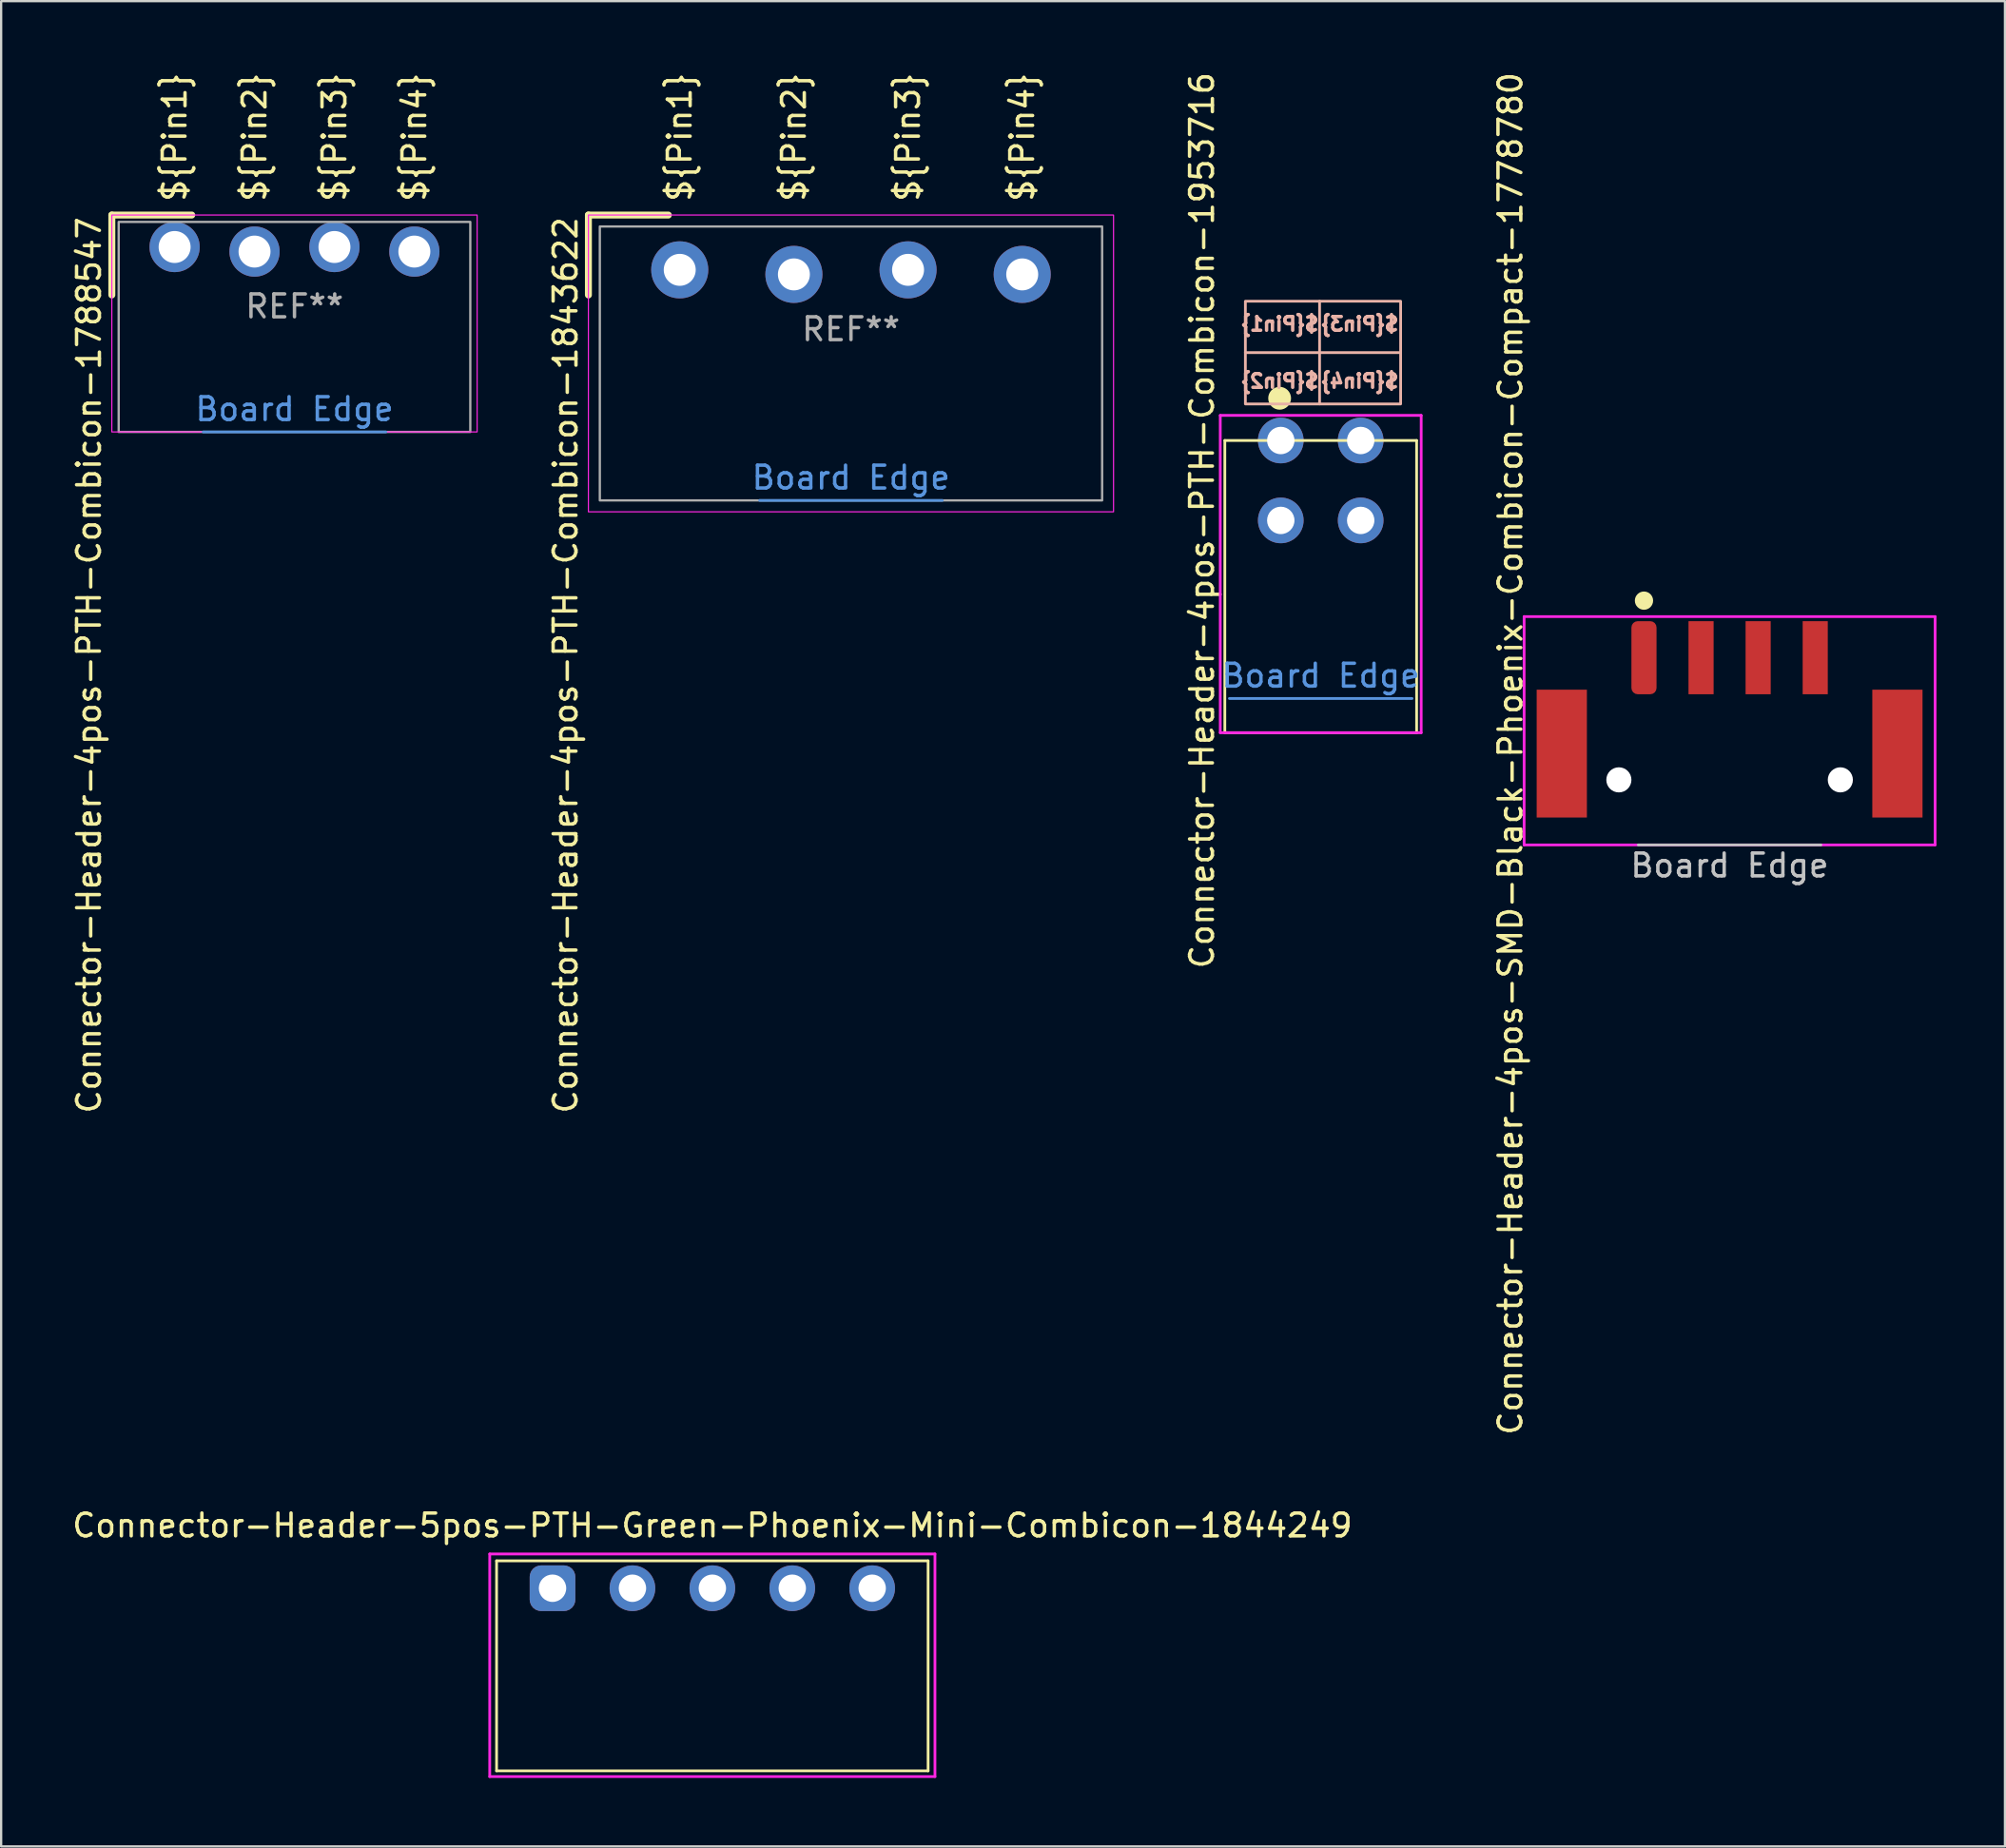
<source format=kicad_pcb>
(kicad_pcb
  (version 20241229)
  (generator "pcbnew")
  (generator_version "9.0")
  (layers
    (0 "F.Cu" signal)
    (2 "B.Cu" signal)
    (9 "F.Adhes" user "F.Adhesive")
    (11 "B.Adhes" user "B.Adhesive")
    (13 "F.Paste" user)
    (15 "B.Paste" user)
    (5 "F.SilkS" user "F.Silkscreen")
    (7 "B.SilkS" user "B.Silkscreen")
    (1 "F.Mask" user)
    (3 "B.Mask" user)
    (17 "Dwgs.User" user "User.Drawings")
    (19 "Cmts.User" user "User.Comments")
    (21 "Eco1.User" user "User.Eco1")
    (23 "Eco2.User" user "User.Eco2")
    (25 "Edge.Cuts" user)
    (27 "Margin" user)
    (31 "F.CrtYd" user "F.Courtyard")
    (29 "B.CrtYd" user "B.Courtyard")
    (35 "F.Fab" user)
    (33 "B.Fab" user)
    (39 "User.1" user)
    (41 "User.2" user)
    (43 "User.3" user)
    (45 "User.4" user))
  (footprint "Connector-Header-4pos-SMD-Black-Phoenix-Combicon-Compact-1778780"
    (layer "F.Cu")
    (at 72.703 29.958)
    (property "Reference" "Connector-Header-4pos-SMD-Black-Phoenix-Combicon-Compact-1778780" (at -9.6 0 90) (layer "F.SilkS") (effects (font (size 1 1) (thickness 0.15))))
    (attr through_hole)
    (fp_circle (center -3.75 -6.7) (end -3.55 -6.7) (stroke (width 0.4) (type solid)) (fill no) (layer "F.SilkS"))
    (fp_line (start 4 4) (end -4 4) (stroke (width 0.12) (type solid)) (layer "Dwgs.User"))
    (fp_line (start -9 -6) (end -9 4) (stroke (width 0.12) (type solid)) (layer "F.CrtYd"))
    (fp_line (start -9 4) (end 9 4) (stroke (width 0.12) (type solid)) (layer "F.CrtYd"))
    (fp_line (start 9 -6) (end -9 -6) (stroke (width 0.12) (type solid)) (layer "F.CrtYd"))
    (fp_line (start 9 4) (end 9 -6) (stroke (width 0.12) (type solid)) (layer "F.CrtYd"))
    (fp_text user "Board Edge" (at 0 4.9 0) (layer "Dwgs.User") (effects (font (size 1 1) (thickness 0.15))))
    (pad "" np_thru_hole circle (at -4.85 1.15) (size 1.1 1.1) (drill 1.1) (layers "*.Cu" "*.Mask"))
    (pad "" np_thru_hole circle (at 4.85 1.15) (size 1.1 1.1) (drill 1.1) (layers "*.Cu" "*.Mask"))
    (pad "1" smd roundrect (at -3.75 -4.2) (size 1.1 3.2) (layers "F.Cu" "F.Mask" "F.Paste") (roundrect_rratio 0.25))
    (pad "2" smd rect (at -1.25 -4.2) (size 1.1 3.2) (layers "F.Cu" "F.Mask" "F.Paste"))
    (pad "3" smd rect (at 1.25 -4.2) (size 1.1 3.2) (layers "F.Cu" "F.Mask" "F.Paste"))
    (pad "4" smd rect (at 3.75 -4.2) (size 1.1 3.2) (layers "F.Cu" "F.Mask" "F.Paste"))
    (pad "SHIELD" smd rect (at -7.35 0) (size 2.2 5.6) (layers "F.Cu" "F.Mask" "F.Paste"))
    (pad "SHIELD" smd rect (at 7.35 0) (size 2.2 5.6) (layers "F.Cu" "F.Mask" "F.Paste")))
  (footprint "Connector-Header-5pos-PTH-Green-Phoenix-Mini-Combicon-1844249"
    (layer "F.Cu")
    (at 28.149 66.515)
    (property "Reference" "Connector-Header-5pos-PTH-Green-Phoenix-Mini-Combicon-1844249" (at 0 -2.75 0) (layer "F.SilkS") (effects (font (size 1 1) (thickness 0.15))))
    (attr through_hole)
    (fp_line (start -9.45 -1.2) (end 9.45 -1.2) (stroke (width 0.12) (type solid)) (layer "F.SilkS"))
    (fp_line (start -9.45 8) (end -9.45 -1.2) (stroke (width 0.12) (type solid)) (layer "F.SilkS"))
    (fp_line (start 9.45 -1.2) (end 9.45 8) (stroke (width 0.12) (type solid)) (layer "F.SilkS"))
    (fp_line (start 9.45 8) (end -9.45 8) (stroke (width 0.12) (type solid)) (layer "F.SilkS"))
    (fp_line (start -9.75 -1.5) (end 9.75 -1.5) (stroke (width 0.12) (type solid)) (layer "F.CrtYd"))
    (fp_line (start -9.75 8.25) (end -9.75 -1.5) (stroke (width 0.12) (type solid)) (layer "F.CrtYd"))
    (fp_line (start 9.75 -1.5) (end 9.75 8.25) (stroke (width 0.12) (type solid)) (layer "F.CrtYd"))
    (fp_line (start 9.75 8.25) (end -9.75 8.25) (stroke (width 0.12) (type solid)) (layer "F.CrtYd"))
    (pad "1" thru_hole roundrect (at -7 0) (size 2 2) (drill 1.2) (layers "*.Cu" "*.Mask") (roundrect_rratio 0.25))
    (pad "2" thru_hole circle (at -3.5 0) (size 2 2) (drill 1.2) (layers "*.Cu" "*.Mask"))
    (pad "3" thru_hole circle (at 0 0) (size 2 2) (drill 1.2) (layers "*.Cu" "*.Mask"))
    (pad "4" thru_hole circle (at 3.5 0) (size 2 2) (drill 1.2) (layers "*.Cu" "*.Mask"))
    (pad "5" thru_hole circle (at 7 0) (size 2 2) (drill 1.2) (layers "*.Cu" "*.Mask")))
  (footprint "Connector-Header-4pos-PTH-Combicon-1843622"
    (layer "F.Cu")
    (at 34.221 8.869)
    (property "Reference" "Connector-Header-4pos-PTH-Combicon-1843622" (at -12.5 -2.5 90) (unlocked yes) (layer "F.SilkS") (effects (font (size 1 1) (thickness 0.15)) (justify right)))
    (attr through_hole)
    (fp_line (start -11.5 -2.5) (end -11.5 1) (stroke (width 0.305) (type default)) (layer "F.SilkS"))
    (fp_line (start -8 -2.5) (end -11.5 -2.5) (stroke (width 0.305) (type default)) (layer "F.SilkS"))
    (fp_line (start 4 10) (end -4 10) (stroke (width 0.12) (type solid)) (layer "Cmts.User"))
    (fp_rect (start -11.5 -2.5) (end 11.5 10.5) (stroke (width 0.05) (type default)) (fill no) (layer "F.CrtYd"))
    (fp_rect (start -11 -2) (end 11 10) (stroke (width 0.1) (type default)) (fill no) (layer "F.Fab"))
    (fp_text user "${Pin2}" (at -2.5 -3 90) (unlocked yes) (layer "F.SilkS") (effects (font (size 1 1) (thickness 0.15)) (justify left)))
    (fp_text user "${Pin1}" (at -7.5 -3 90) (unlocked yes) (layer "F.SilkS") (effects (font (size 1 1) (thickness 0.15)) (justify left)))
    (fp_text user "${Pin4}" (at 7.5 -3 90) (unlocked yes) (layer "F.SilkS") (effects (font (size 1 1) (thickness 0.15)) (justify left)))
    (fp_text user "${Pin3}" (at 2.5 -3 90) (unlocked yes) (layer "F.SilkS") (effects (font (size 1 1) (thickness 0.15)) (justify left)))
    (fp_text user "Board Edge" (at 0 9 0) (unlocked yes) (layer "Cmts.User") (effects (font (size 1 1) (thickness 0.15))))
    (fp_text user "REF**" (at 0 2.5 0) (unlocked yes) (layer "F.Fab") (effects (font (size 1 1) (thickness 0.15))))
    (pad "1" thru_hole circle (at -7.5 -0.1) (size 2.5 2.5) (drill 1.4) (layers "*.Cu" "*.Mask"))
    (pad "2" thru_hole circle (at -2.5 0.1) (size 2.5 2.5) (drill 1.4) (layers "*.Cu" "*.Mask"))
    (pad "3" thru_hole circle (at 2.5 -0.1) (size 2.5 2.5) (drill 1.4) (layers "*.Cu" "*.Mask"))
    (pad "4" thru_hole circle (at 7.5 0.1) (size 2.5 2.5) (drill 1.4) (layers "*.Cu" "*.Mask")))
  (footprint "Connector-Header-4pos-PTH-Combicon-1788547"
    (layer "F.Cu")
    (at 9.848 7.869)
    (property "Reference" "Connector-Header-4pos-PTH-Combicon-1788547" (at -9 -1.5 90) (unlocked yes) (layer "F.SilkS") (effects (font (size 1 1) (thickness 0.15)) (justify right)))
    (attr through_hole)
    (fp_line (start -8 -1.5) (end -8 2) (stroke (width 0.305) (type default)) (layer "F.SilkS"))
    (fp_line (start -4.5 -1.5) (end -8 -1.5) (stroke (width 0.305) (type default)) (layer "F.SilkS"))
    (fp_line (start 4 8) (end -4 8) (stroke (width 0.12) (type solid)) (layer "Cmts.User"))
    (fp_rect (start -8 -1.5) (end 8 8) (stroke (width 0.05) (type default)) (fill no) (layer "F.CrtYd"))
    (fp_rect (start -7.7 -1.2) (end 7.7 8) (stroke (width 0.1) (type default)) (fill no) (layer "F.Fab"))
    (fp_text user "${Pin4}" (at 5.25 -2 90) (unlocked yes) (layer "F.SilkS") (effects (font (size 1 1) (thickness 0.15)) (justify left)))
    (fp_text user "${Pin3}" (at 1.75 -2 90) (unlocked yes) (layer "F.SilkS") (effects (font (size 1 1) (thickness 0.15)) (justify left)))
    (fp_text user "${Pin1}" (at -5.25 -2 90) (unlocked yes) (layer "F.SilkS") (effects (font (size 1 1) (thickness 0.15)) (justify left)))
    (fp_text user "${Pin2}" (at -1.75 -2 90) (unlocked yes) (layer "F.SilkS") (effects (font (size 1 1) (thickness 0.15)) (justify left)))
    (fp_text user "Board Edge" (at 0 7 0) (unlocked yes) (layer "Cmts.User") (effects (font (size 1 1) (thickness 0.15))))
    (fp_text user "REF**" (at 0 2.5 0) (unlocked yes) (layer "F.Fab") (effects (font (size 1 1) (thickness 0.15))))
    (pad "1" thru_hole circle (at -5.25 -0.1) (size 2.2 2.2) (drill 1.4) (layers "*.Cu" "*.Mask"))
    (pad "2" thru_hole circle (at -1.75 0.1) (size 2.2 2.2) (drill 1.4) (layers "*.Cu" "*.Mask"))
    (pad "3" thru_hole circle (at 1.75 -0.1) (size 2.2 2.2) (drill 1.4) (layers "*.Cu" "*.Mask"))
    (pad "4" thru_hole circle (at 5.25 0.1) (size 2.2 2.2) (drill 1.4) (layers "*.Cu" "*.Mask")))
  (footprint "Connector-Header-4pos-PTH-Combicon-1953716"
    (layer "F.Cu")
    (at 54.795 19.744)
    (property "Reference" "Connector-Header-4pos-PTH-Combicon-1953716" (at -5.2 0 90) (unlocked yes) (layer "F.SilkS") (effects (font (size 1 1) (thickness 0.15))))
    (attr through_hole)
    (fp_line (start -4.2 -3.5) (end -4.2 9.3) (stroke (width 0.12) (type solid)) (layer "F.SilkS"))
    (fp_line (start 4.2 -3.5) (end -4.2 -3.5) (stroke (width 0.12) (type solid)) (layer "F.SilkS"))
    (fp_line (start 4.2 -3.5) (end 4.2 9.3) (stroke (width 0.12) (type solid)) (layer "F.SilkS"))
    (fp_line (start 4.2 9.3) (end -4.2 9.3) (stroke (width 0.12) (type solid)) (layer "F.SilkS"))
    (fp_circle (center -1.8 -5.35) (end -1.55 -5.35) (stroke (width 0.5) (type solid)) (fill yes) (layer "F.SilkS"))
    (fp_line (start -3.3 -7.35) (end 3.45 -7.35) (stroke (width 0.12) (type solid)) (layer "B.SilkS"))
    (fp_line (start -0.05 -9.6) (end -0.05 -5.1) (stroke (width 0.12) (type solid)) (layer "B.SilkS"))
    (fp_rect (start -3.3 -9.6) (end 3.5 -5.1) (stroke (width 0.12) (type solid)) (fill no) (layer "B.SilkS"))
    (fp_line (start 4 7.8) (end -4 7.8) (stroke (width 0.12) (type solid)) (layer "Cmts.User"))
    (fp_line (start -4.4 -4.6) (end -4.4 9.3) (stroke (width 0.12) (type solid)) (layer "F.CrtYd"))
    (fp_line (start -4.4 9.3) (end 4.4 9.3) (stroke (width 0.12) (type solid)) (layer "F.CrtYd"))
    (fp_line (start 4.4 -4.6) (end -4.4 -4.6) (stroke (width 0.12) (type solid)) (layer "F.CrtYd"))
    (fp_line (start 4.4 9.3) (end 4.4 -4.6) (stroke (width 0.12) (type solid)) (layer "F.CrtYd"))
    (fp_text user "${Pin4}" (at 1.7 -6.1 0) (unlocked yes) (layer "B.SilkS") (effects (font (size 0.6 0.6) (thickness 0.15)) (justify mirror)))
    (fp_text user "${Pin2}" (at -1.8 -6.1 0) (unlocked yes) (layer "B.SilkS") (effects (font (size 0.6 0.6) (thickness 0.15)) (justify mirror)))
    (fp_text user "${Pin3}" (at 1.7 -8.6 0) (unlocked yes) (layer "B.SilkS") (effects (font (size 0.6 0.6) (thickness 0.15)) (justify mirror)))
    (fp_text user "${Pin1}" (at -1.8 -8.6 0) (unlocked yes) (layer "B.SilkS") (effects (font (size 0.6 0.6) (thickness 0.15)) (justify mirror)))
    (fp_text user "Board Edge" (at 0 6.8 0) (unlocked yes) (layer "Cmts.User") (effects (font (size 1 1) (thickness 0.15))))
    (pad "1" thru_hole circle (at -1.75 -3.5) (size 2 2) (drill 1.2) (layers "*.Cu" "*.Mask"))
    (pad "2" thru_hole circle (at -1.75 0) (size 2 2) (drill 1.2) (layers "*.Cu" "*.Mask"))
    (pad "3" thru_hole circle (at 1.75 -3.5) (size 2 2) (drill 1.2) (layers "*.Cu" "*.Mask"))
    (pad "4" thru_hole circle (at 1.75 0) (size 2 2) (drill 1.2) (layers "*.Cu" "*.Mask")))
  (gr_rect
    (start -3 -3)
    (end 84.763 77.825)
    (stroke (width 0.1) (type default))
    (fill no)
    (layer "Edge.Cuts")))
</source>
